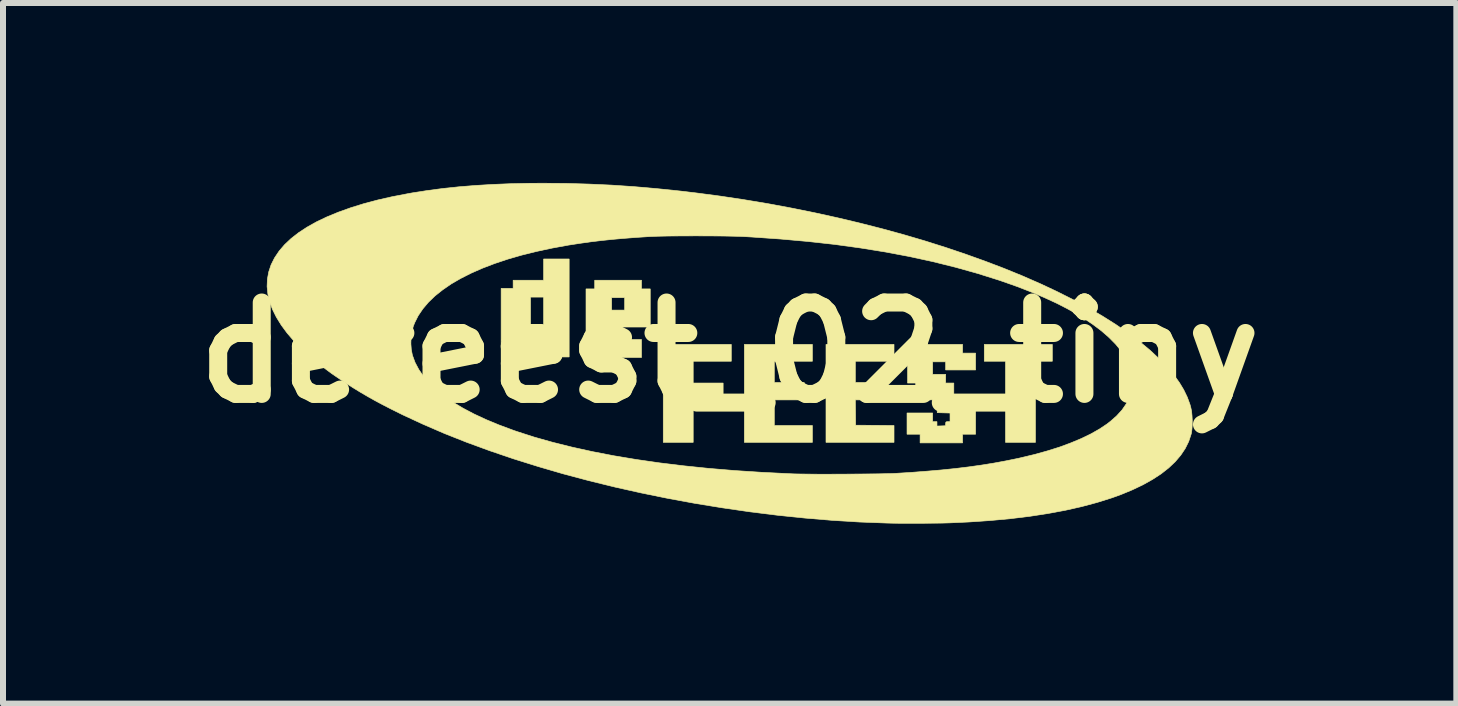
<source format=kicad_pcb>
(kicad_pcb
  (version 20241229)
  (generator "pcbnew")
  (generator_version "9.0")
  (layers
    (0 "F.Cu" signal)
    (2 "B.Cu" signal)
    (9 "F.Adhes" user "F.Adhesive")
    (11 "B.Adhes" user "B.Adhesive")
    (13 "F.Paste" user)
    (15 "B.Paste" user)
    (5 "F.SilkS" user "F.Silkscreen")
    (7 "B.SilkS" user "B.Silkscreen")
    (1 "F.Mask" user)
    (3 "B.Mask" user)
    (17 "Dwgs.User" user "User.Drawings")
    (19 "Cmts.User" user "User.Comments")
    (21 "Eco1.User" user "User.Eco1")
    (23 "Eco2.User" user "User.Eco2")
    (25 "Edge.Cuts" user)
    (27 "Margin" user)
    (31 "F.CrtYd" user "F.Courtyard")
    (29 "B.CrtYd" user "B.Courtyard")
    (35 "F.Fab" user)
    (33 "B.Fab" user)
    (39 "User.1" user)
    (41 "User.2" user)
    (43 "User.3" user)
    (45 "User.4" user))
  (footprint "defeest_02_tiny"
    (layer "F.Cu")
    (at 9.115 2.828)
    (property "Reference" "defeest_02_tiny" (at 0 0 0) (layer "F.SilkS") (effects (font (size 1.524 1.524) (thickness 0.3))))
    (attr through_hole)
    (fp_poly (pts (xy 5.379 0.145) (xy 5.098 0.145) (xy 5.098 1.497) (xy 4.599 1.497) (xy 4.599 0.145) (xy 4.245 0.145) (xy 4.245 -0.136) (xy 5.379 -0.136) (xy 5.379 0.145)) (stroke (width 0.01) (type solid)) (fill yes) (layer "F.SilkS"))
    (fp_poly (pts (xy 0.027 0.145) (xy -0.608 0.145) (xy -0.608 0.508) (xy -0.109 0.508) (xy -0.109 0.789) (xy -0.608 0.789) (xy -0.608 1.497) (xy -1.107 1.497) (xy -1.107 -0.136) (xy 0.027 -0.136) (xy 0.027 0.145)) (stroke (width 0.01) (type solid)) (fill yes) (layer "F.SilkS"))
    (fp_poly (pts (xy 1.379 0.145) (xy 0.744 0.145) (xy 0.744 0.499) (xy 1.243 0.499) (xy 1.243 0.789) (xy 0.744 0.789) (xy 0.744 1.216) (xy 1.379 1.216) (xy 1.379 1.497) (xy 0.245 1.497) (xy 0.245 -0.136) (xy 1.379 -0.136) (xy 1.379 0.145)) (stroke (width 0.01) (type solid)) (fill yes) (layer "F.SilkS"))
    (fp_poly (pts (xy 2.74 0.145) (xy 2.095 0.145) (xy 2.095 0.499) (xy 2.594 0.499) (xy 2.594 0.789) (xy 2.095 0.789) (xy 2.098 1) (xy 2.1 1.211) (xy 2.42 1.213) (xy 2.74 1.216) (xy 2.74 1.497) (xy 1.606 1.497) (xy 1.606 -0.136) (xy 2.74 -0.136) (xy 2.74 0.145)) (stroke (width 0.01) (type solid)) (fill yes) (layer "F.SilkS"))
    (fp_poly (pts (xy -2.676 0.073) (xy -3.601 0.073) (xy -3.601 -0.073) (xy -3.81 -0.073) (xy -3.81 -0.925) (xy -3.32 -0.925) (xy -3.32 -0.209) (xy -3.102 -0.209) (xy -3.102 -0.925) (xy -3.32 -0.925) (xy -3.81 -0.925) (xy -3.81 -1.07) (xy -3.61 -1.07) (xy -3.61 -1.206) (xy -3.102 -1.206) (xy -3.102 -1.56) (xy -2.676 -1.56) (xy -2.676 0.073)) (stroke (width 0.01) (type solid)) (fill yes) (layer "F.SilkS"))
    (fp_poly (pts (xy -1.47 -1.061) (xy -1.324 -1.061) (xy -1.324 -0.426) (xy -1.968 -0.426) (xy -1.968 -0.218) (xy -1.47 -0.218) (xy -1.47 0.082) (xy -2.25 0.082) (xy -2.25 -0.073) (xy -2.395 -0.073) (xy -2.395 -0.916) (xy -1.968 -0.916) (xy -1.968 -0.708) (xy -1.751 -0.708) (xy -1.751 -0.916) (xy -1.968 -0.916) (xy -2.395 -0.916) (xy -2.395 -1.061) (xy -2.25 -1.061) (xy -2.25 -1.206) (xy -1.47 -1.206) (xy -1.47 -1.061)) (stroke (width 0.01) (type solid)) (fill yes) (layer "F.SilkS"))
    (fp_poly (pts (xy 3.883 0.009) (xy 4.1 0.009) (xy 4.1 0.29) (xy 3.601 0.29) (xy 3.601 0.154) (xy 3.384 0.154) (xy 3.384 0.363) (xy 3.601 0.363) (xy 3.601 0.508) (xy 3.737 0.508) (xy 3.737 0.726) (xy 3.883 0.726) (xy 3.883 0.862) (xy 4.1 0.862) (xy 4.1 1.361) (xy 3.883 1.361) (xy 3.883 1.506) (xy 3.175 1.506) (xy 3.175 1.361) (xy 2.957 1.361) (xy 2.957 1.007) (xy 3.384 1.007) (xy 3.384 1.152) (xy 3.456 1.152) (xy 3.456 1.225) (xy 3.527 1.223) (xy 3.597 1.22) (xy 3.6 1.186) (xy 3.603 1.164) (xy 3.61 1.155) (xy 3.629 1.152) (xy 3.638 1.152) (xy 3.674 1.152) (xy 3.674 1.008) (xy 3.461 1.002) (xy 3.456 0.789) (xy 3.311 0.789) (xy 3.311 0.653) (xy 3.102 0.653) (xy 3.102 0.508) (xy 2.966 0.508) (xy 2.966 0.009) (xy 3.102 0.009) (xy 3.102 -0.136) (xy 3.883 -0.136) (xy 3.883 0.009)) (stroke (width 0.01) (type solid)) (fill yes) (layer "F.SilkS"))
    (fp_poly (pts (xy -2.719 -2.82) (xy -2.345 -2.809) (xy -1.974 -2.792) (xy -1.601 -2.767) (xy -1.222 -2.734) (xy -0.833 -2.694) (xy -0.562 -2.662) (xy -0.16 -2.609) (xy 0.239 -2.549) (xy 0.635 -2.483) (xy 1.027 -2.41) (xy 1.413 -2.332) (xy 1.795 -2.248) (xy 2.17 -2.159) (xy 2.539 -2.065) (xy 2.9 -1.966) (xy 3.254 -1.862) (xy 3.599 -1.753) (xy 3.934 -1.64) (xy 4.26 -1.523) (xy 4.575 -1.403) (xy 4.879 -1.279) (xy 5.172 -1.151) (xy 5.452 -1.02) (xy 5.719 -0.886) (xy 5.972 -0.75) (xy 6.211 -0.611) (xy 6.435 -0.47) (xy 6.644 -0.327) (xy 6.836 -0.182) (xy 7.012 -0.036) (xy 7.17 0.112) (xy 7.18 0.122) (xy 7.303 0.251) (xy 7.408 0.376) (xy 7.497 0.499) (xy 7.57 0.62) (xy 7.629 0.742) (xy 7.674 0.864) (xy 7.688 0.915) (xy 7.701 0.976) (xy 7.708 1.049) (xy 7.712 1.127) (xy 7.712 1.206) (xy 7.707 1.28) (xy 7.698 1.344) (xy 7.693 1.363) (xy 7.653 1.483) (xy 7.595 1.6) (xy 7.52 1.712) (xy 7.428 1.82) (xy 7.319 1.923) (xy 7.193 2.022) (xy 7.05 2.115) (xy 6.891 2.204) (xy 6.715 2.288) (xy 6.524 2.367) (xy 6.375 2.421) (xy 6.13 2.498) (xy 5.869 2.568) (xy 5.594 2.63) (xy 5.303 2.684) (xy 4.997 2.731) (xy 4.675 2.77) (xy 4.337 2.801) (xy 3.982 2.825) (xy 3.678 2.839) (xy 3.614 2.841) (xy 3.535 2.843) (xy 3.444 2.844) (xy 3.344 2.845) (xy 3.238 2.846) (xy 3.129 2.846) (xy 3.02 2.846) (xy 2.915 2.846) (xy 2.816 2.846) (xy 2.726 2.845) (xy 2.648 2.843) (xy 2.608 2.842) (xy 2.16 2.825) (xy 1.708 2.797) (xy 1.252 2.759) (xy 0.796 2.712) (xy 0.338 2.655) (xy -0.118 2.589) (xy -0.573 2.515) (xy -1.025 2.432) (xy -1.472 2.341) (xy -1.914 2.242) (xy -2.35 2.135) (xy -2.778 2.021) (xy -3.196 1.899) (xy -3.605 1.771) (xy -4.002 1.636) (xy -4.387 1.495) (xy -4.758 1.348) (xy -5.114 1.194) (xy -5.455 1.036) (xy -5.493 1.017) (xy -5.646 0.941) (xy -5.786 0.869) (xy -5.915 0.8) (xy -6.036 0.732) (xy -6.154 0.663) (xy -6.27 0.592) (xy -6.389 0.517) (xy -6.441 0.483) (xy -6.638 0.348) (xy -6.819 0.213) (xy -6.983 0.078) (xy -7.131 -0.057) (xy -7.222 -0.149) (xy -5.315 -0.149) (xy -5.308 -0.052) (xy -5.291 0.037) (xy -5.289 0.045) (xy -5.245 0.165) (xy -5.183 0.282) (xy -5.104 0.397) (xy -5.007 0.509) (xy -4.893 0.618) (xy -4.761 0.724) (xy -4.612 0.827) (xy -4.446 0.927) (xy -4.262 1.024) (xy -4.062 1.117) (xy -3.845 1.207) (xy -3.611 1.294) (xy -3.551 1.315) (xy -3.26 1.409) (xy -2.951 1.496) (xy -2.626 1.577) (xy -2.285 1.652) (xy -1.928 1.721) (xy -1.556 1.783) (xy -1.168 1.839) (xy -0.765 1.888) (xy -0.348 1.931) (xy 0.083 1.967) (xy 0.529 1.996) (xy 0.988 2.019) (xy 1.079 2.023) (xy 1.13 2.024) (xy 1.197 2.025) (xy 1.276 2.026) (xy 1.368 2.027) (xy 1.468 2.028) (xy 1.577 2.028) (xy 1.69 2.028) (xy 1.808 2.027) (xy 1.927 2.027) (xy 2.046 2.026) (xy 2.162 2.025) (xy 2.275 2.024) (xy 2.381 2.023) (xy 2.478 2.022) (xy 2.566 2.02) (xy 2.641 2.018) (xy 2.702 2.017) (xy 2.747 2.015) (xy 2.749 2.015) (xy 3.025 1.998) (xy 3.285 1.978) (xy 3.531 1.957) (xy 3.764 1.933) (xy 3.986 1.906) (xy 4.199 1.876) (xy 4.404 1.843) (xy 4.604 1.806) (xy 4.8 1.766) (xy 4.849 1.755) (xy 5.078 1.7) (xy 5.295 1.64) (xy 5.499 1.576) (xy 5.688 1.506) (xy 5.863 1.433) (xy 6.022 1.356) (xy 6.165 1.275) (xy 6.291 1.191) (xy 6.35 1.145) (xy 6.454 1.053) (xy 6.542 0.956) (xy 6.612 0.854) (xy 6.665 0.75) (xy 6.7 0.649) (xy 6.712 0.579) (xy 6.717 0.5) (xy 6.714 0.418) (xy 6.703 0.341) (xy 6.696 0.308) (xy 6.657 0.196) (xy 6.601 0.083) (xy 6.526 -0.029) (xy 6.434 -0.141) (xy 6.325 -0.251) (xy 6.198 -0.362) (xy 6.054 -0.47) (xy 5.893 -0.578) (xy 5.798 -0.636) (xy 5.63 -0.731) (xy 5.446 -0.825) (xy 5.246 -0.917) (xy 5.032 -1.008) (xy 4.806 -1.096) (xy 4.569 -1.18) (xy 4.49 -1.207) (xy 4.134 -1.319) (xy 3.766 -1.422) (xy 3.388 -1.516) (xy 2.998 -1.601) (xy 2.595 -1.677) (xy 2.18 -1.744) (xy 1.751 -1.803) (xy 1.307 -1.852) (xy 0.849 -1.893) (xy 0.376 -1.926) (xy 0.236 -1.934) (xy 0.173 -1.937) (xy 0.096 -1.939) (xy 0.005 -1.941) (xy -0.096 -1.943) (xy -0.206 -1.944) (xy -0.322 -1.945) (xy -0.442 -1.945) (xy -0.564 -1.946) (xy -0.686 -1.945) (xy -0.805 -1.945) (xy -0.919 -1.944) (xy -1.026 -1.943) (xy -1.124 -1.941) (xy -1.209 -1.939) (xy -1.282 -1.936) (xy -1.333 -1.934) (xy -1.554 -1.92) (xy -1.76 -1.904) (xy -1.953 -1.887) (xy -2.136 -1.868) (xy -2.311 -1.847) (xy -2.483 -1.823) (xy -2.652 -1.797) (xy -2.685 -1.792) (xy -2.959 -1.742) (xy -3.219 -1.686) (xy -3.466 -1.625) (xy -3.698 -1.558) (xy -3.917 -1.485) (xy -4.121 -1.407) (xy -4.31 -1.324) (xy -4.484 -1.236) (xy -4.643 -1.144) (xy -4.785 -1.046) (xy -4.912 -0.945) (xy -5.022 -0.839) (xy -5.116 -0.728) (xy -5.193 -0.614) (xy -5.252 -0.496) (xy -5.276 -0.434) (xy -5.298 -0.346) (xy -5.312 -0.249) (xy -5.315 -0.149) (xy -7.222 -0.149) (xy -7.263 -0.191) (xy -7.378 -0.325) (xy -7.476 -0.458) (xy -7.557 -0.589) (xy -7.622 -0.72) (xy -7.669 -0.848) (xy -7.699 -0.975) (xy -7.712 -1.101) (xy -7.707 -1.224) (xy -7.685 -1.344) (xy -7.646 -1.462) (xy -7.588 -1.578) (xy -7.513 -1.69) (xy -7.512 -1.692) (xy -7.421 -1.798) (xy -7.313 -1.9) (xy -7.188 -1.998) (xy -7.046 -2.091) (xy -6.889 -2.179) (xy -6.715 -2.262) (xy -6.526 -2.34) (xy -6.322 -2.413) (xy -6.104 -2.481) (xy -5.871 -2.543) (xy -5.625 -2.599) (xy -5.365 -2.649) (xy -5.293 -2.662) (xy -5.037 -2.702) (xy -4.778 -2.736) (xy -4.512 -2.764) (xy -4.239 -2.786) (xy -3.956 -2.803) (xy -3.662 -2.815) (xy -3.353 -2.822) (xy -3.098 -2.823) (xy -2.719 -2.82)) (stroke (width 0.01) (type solid)) (fill yes) (layer "F.SilkS")))
  (gr_rect
    (start -3 -3)
    (end 21.23 8.68)
    (stroke (width 0.1) (type default))
    (fill no)
    (layer "Edge.Cuts")))
</source>
